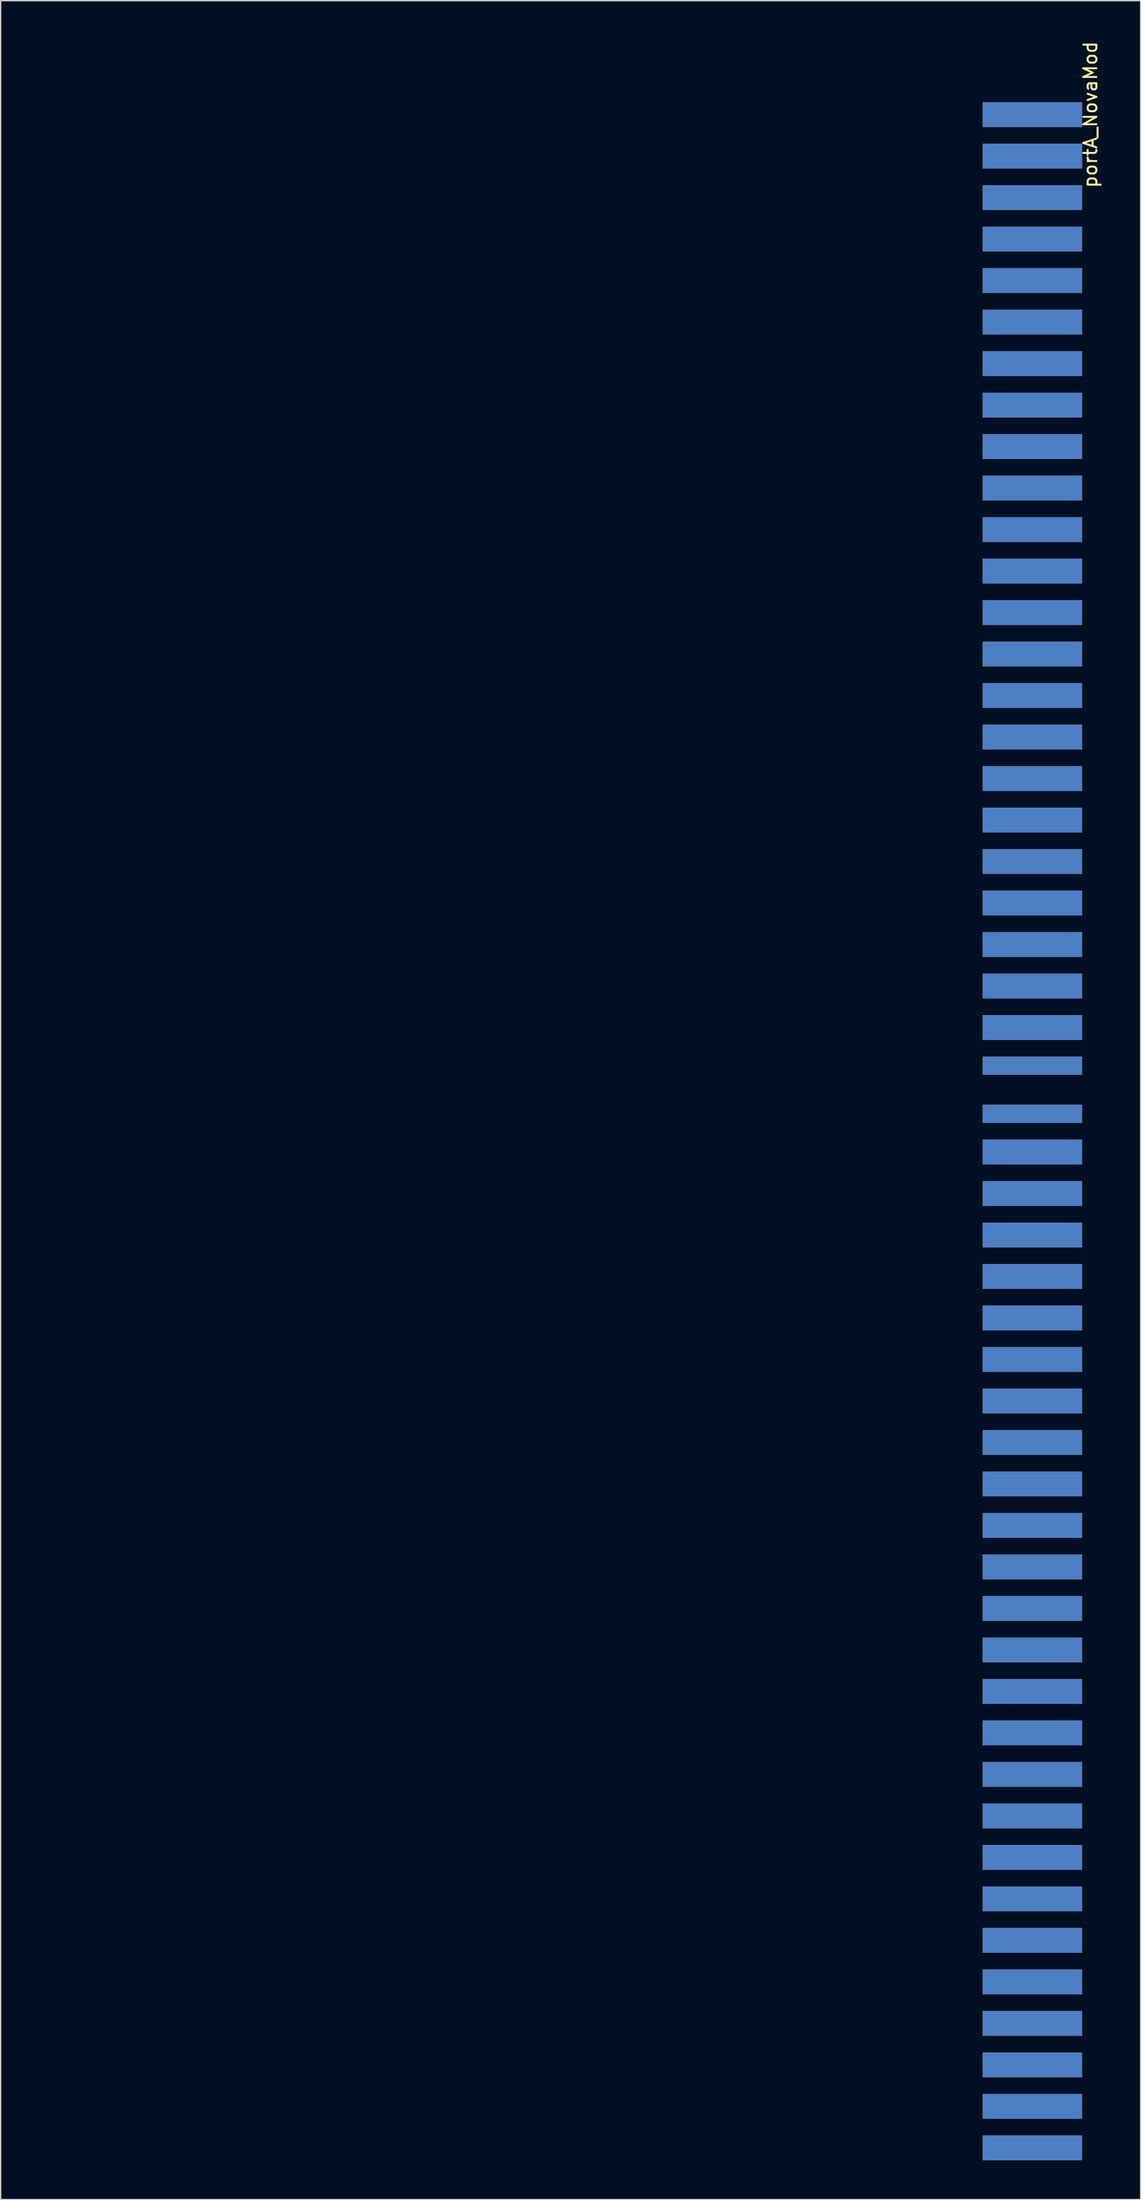
<source format=kicad_pcb>
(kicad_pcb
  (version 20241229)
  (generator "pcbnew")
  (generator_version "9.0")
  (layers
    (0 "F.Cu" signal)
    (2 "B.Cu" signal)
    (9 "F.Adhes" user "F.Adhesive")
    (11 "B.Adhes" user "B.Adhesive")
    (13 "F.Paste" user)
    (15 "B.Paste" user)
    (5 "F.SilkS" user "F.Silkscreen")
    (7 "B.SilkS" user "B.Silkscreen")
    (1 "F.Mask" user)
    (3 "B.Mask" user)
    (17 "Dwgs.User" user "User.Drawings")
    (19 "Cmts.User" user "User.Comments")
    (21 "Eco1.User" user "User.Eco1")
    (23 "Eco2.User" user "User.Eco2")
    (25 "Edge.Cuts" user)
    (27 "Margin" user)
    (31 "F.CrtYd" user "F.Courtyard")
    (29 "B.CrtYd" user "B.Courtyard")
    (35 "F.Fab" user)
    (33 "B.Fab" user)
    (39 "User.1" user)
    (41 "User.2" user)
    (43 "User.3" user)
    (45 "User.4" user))
  (footprint "portA_NovaMod"
    (layer "F.Cu")
    (at 0.25 81.476)
    (property "Reference" "portA_NovaMod" (at 80.201 -75.755 270) (layer "F.SilkS") (effects (font (size 1 1) (thickness 0.15))))
    (attr through_hole)
    (pad "1" smd rect (at 75.755 -75.755 270) (size 1.905 7.62) (layers "F.Cu" "F.Mask" "F.Paste"))
    (pad "2" smd rect (at 75.755 -75.755 270) (size 1.905 7.62) (layers "B.Cu" "B.Mask" "B.Paste"))
    (pad "3" smd rect (at 75.755 -72.581 270) (size 1.905 7.62) (layers "F.Cu" "F.Mask" "F.Paste"))
    (pad "4" smd rect (at 75.755 -72.581 270) (size 1.905 7.62) (layers "B.Cu" "B.Mask" "B.Paste"))
    (pad "5" smd rect (at 75.755 -69.406 270) (size 1.905 7.62) (layers "F.Cu" "F.Mask" "F.Paste"))
    (pad "6" smd rect (at 75.755 -69.406 270) (size 1.905 7.62) (layers "B.Cu" "B.Mask" "B.Paste"))
    (pad "7" smd rect (at 75.755 -66.231 270) (size 1.905 7.62) (layers "F.Cu" "F.Mask" "F.Paste"))
    (pad "8" smd rect (at 75.755 -66.231 270) (size 1.905 7.62) (layers "B.Cu" "B.Mask" "B.Paste"))
    (pad "9" smd rect (at 75.755 -63.056 270) (size 1.905 7.62) (layers "F.Cu" "F.Mask" "F.Paste"))
    (pad "10" smd rect (at 75.755 -63.056 270) (size 1.905 7.62) (layers "B.Cu" "B.Mask" "B.Paste"))
    (pad "11" smd rect (at 75.755 -59.88 270) (size 1.905 7.62) (layers "F.Cu" "F.Mask" "F.Paste"))
    (pad "12" smd rect (at 75.755 -59.88 270) (size 1.905 7.62) (layers "B.Cu" "B.Mask" "B.Paste"))
    (pad "13" smd rect (at 75.755 -56.706 270) (size 1.905 7.62) (layers "F.Cu" "F.Mask" "F.Paste"))
    (pad "14" smd rect (at 75.755 -56.706 270) (size 1.905 7.62) (layers "B.Cu" "B.Mask" "B.Paste"))
    (pad "15" smd rect (at 75.755 -53.531 270) (size 1.905 7.62) (layers "F.Cu" "F.Mask" "F.Paste"))
    (pad "16" smd rect (at 75.755 -53.531 270) (size 1.905 7.62) (layers "B.Cu" "B.Mask" "B.Paste"))
    (pad "17" smd rect (at 75.755 -50.355 270) (size 1.905 7.62) (layers "F.Cu" "F.Mask" "F.Paste"))
    (pad "18" smd rect (at 75.755 -50.355 270) (size 1.905 7.62) (layers "B.Cu" "B.Mask" "B.Paste"))
    (pad "19" smd rect (at 75.755 -47.181 270) (size 1.905 7.62) (layers "F.Cu" "F.Mask" "F.Paste"))
    (pad "20" smd rect (at 75.755 -47.181 270) (size 1.905 7.62) (layers "B.Cu" "B.Mask" "B.Paste"))
    (pad "21" smd rect (at 75.755 -44.005 270) (size 1.905 7.62) (layers "F.Cu" "F.Mask" "F.Paste"))
    (pad "22" smd rect (at 75.755 -44.005 270) (size 1.905 7.62) (layers "B.Cu" "B.Mask" "B.Paste"))
    (pad "23" smd rect (at 75.755 -40.831 270) (size 1.905 7.62) (layers "F.Cu" "F.Mask" "F.Paste"))
    (pad "24" smd rect (at 75.755 -40.831 270) (size 1.905 7.62) (layers "B.Cu" "B.Mask" "B.Paste"))
    (pad "25" smd rect (at 75.755 -37.656 270) (size 1.905 7.62) (layers "F.Cu" "F.Mask" "F.Paste"))
    (pad "26" smd rect (at 75.755 -37.656 270) (size 1.905 7.62) (layers "B.Cu" "B.Mask" "B.Paste"))
    (pad "27" smd rect (at 75.755 -34.48 270) (size 1.905 7.62) (layers "F.Cu" "F.Mask" "F.Paste"))
    (pad "28" smd rect (at 75.755 -34.48 270) (size 1.905 7.62) (layers "B.Cu" "B.Mask" "B.Paste"))
    (pad "29" smd rect (at 75.755 -31.305 270) (size 1.905 7.62) (layers "F.Cu" "F.Mask" "F.Paste"))
    (pad "30" smd rect (at 75.755 -31.305 270) (size 1.905 7.62) (layers "B.Cu" "B.Mask" "B.Paste"))
    (pad "31" smd rect (at 75.755 -28.131 270) (size 1.905 7.62) (layers "F.Cu" "F.Mask" "F.Paste"))
    (pad "32" smd rect (at 75.755 -28.131 270) (size 1.905 7.62) (layers "B.Cu" "B.Mask" "B.Paste"))
    (pad "33" smd rect (at 75.755 -24.956 270) (size 1.905 7.62) (layers "F.Cu" "F.Mask" "F.Paste"))
    (pad "34" smd rect (at 75.755 -24.956 270) (size 1.905 7.62) (layers "B.Cu" "B.Mask" "B.Paste"))
    (pad "35" smd rect (at 75.755 -21.78 270) (size 1.905 7.62) (layers "F.Cu" "F.Mask" "F.Paste"))
    (pad "36" smd rect (at 75.755 -21.78 270) (size 1.905 7.62) (layers "B.Cu" "B.Mask" "B.Paste"))
    (pad "37" smd rect (at 75.755 -18.605 270) (size 1.905 7.62) (layers "F.Cu" "F.Mask" "F.Paste"))
    (pad "38" smd rect (at 75.755 -18.605 270) (size 1.905 7.62) (layers "B.Cu" "B.Mask" "B.Paste"))
    (pad "39" smd rect (at 75.755 -15.431 270) (size 1.905 7.62) (layers "F.Cu" "F.Mask" "F.Paste"))
    (pad "40" smd rect (at 75.755 -15.431 270) (size 1.905 7.62) (layers "B.Cu" "B.Mask" "B.Paste"))
    (pad "41" smd rect (at 75.755 -12.255 270) (size 1.905 7.62) (layers "F.Cu" "F.Mask" "F.Paste"))
    (pad "42" smd rect (at 75.755 -12.255 270) (size 1.905 7.62) (layers "B.Cu" "B.Mask" "B.Paste"))
    (pad "43" smd rect (at 75.755 -9.081 270) (size 1.905 7.62) (layers "F.Cu" "F.Mask" "F.Paste"))
    (pad "44" smd rect (at 75.755 -9.081 270) (size 1.905 7.62) (layers "B.Cu" "B.Mask" "B.Paste"))
    (pad "45" smd rect (at 75.755 -5.905 270) (size 1.905 7.62) (layers "F.Cu" "F.Mask" "F.Paste"))
    (pad "46" smd rect (at 75.755 -5.905 270) (size 1.905 7.62) (layers "B.Cu" "B.Mask" "B.Paste"))
    (pad "47" smd rect (at 75.755 -2.985 270) (size 1.397 7.62) (layers "F.Cu" "F.Mask" "F.Paste"))
    (pad "48" smd rect (at 75.755 -2.985 270) (size 1.397 7.62) (layers "B.Cu" "B.Mask" "B.Paste"))
    (pad "49" smd rect (at 75.755 0.699 270) (size 1.397 7.62) (layers "F.Cu" "F.Mask" "F.Paste"))
    (pad "50" smd rect (at 75.755 0.699 270) (size 1.397 7.62) (layers "B.Cu" "B.Mask" "B.Paste"))
    (pad "51" smd rect (at 75.755 3.619 270) (size 1.905 7.62) (layers "F.Cu" "F.Mask" "F.Paste"))
    (pad "52" smd rect (at 75.755 3.619 270) (size 1.905 7.62) (layers "B.Cu" "B.Mask" "B.Paste"))
    (pad "53" smd rect (at 75.755 6.795 270) (size 1.905 7.62) (layers "F.Cu" "F.Mask" "F.Paste"))
    (pad "54" smd rect (at 75.755 6.795 270) (size 1.905 7.62) (layers "B.Cu" "B.Mask" "B.Paste"))
    (pad "55" smd rect (at 75.755 9.97 270) (size 1.905 7.62) (layers "F.Cu" "F.Mask" "F.Paste"))
    (pad "56" smd rect (at 75.755 9.97 270) (size 1.905 7.62) (layers "B.Cu" "B.Mask" "B.Paste"))
    (pad "57" smd rect (at 75.755 13.145 270) (size 1.905 7.62) (layers "F.Cu" "F.Mask" "F.Paste"))
    (pad "58" smd rect (at 75.755 13.145 270) (size 1.905 7.62) (layers "B.Cu" "B.Mask" "B.Paste"))
    (pad "59" smd rect (at 75.755 16.32 270) (size 1.905 7.62) (layers "F.Cu" "F.Mask" "F.Paste"))
    (pad "60" smd rect (at 75.755 16.32 270) (size 1.905 7.62) (layers "B.Cu" "B.Mask" "B.Paste"))
    (pad "61" smd rect (at 75.755 19.494 270) (size 1.905 7.62) (layers "F.Cu" "F.Mask" "F.Paste"))
    (pad "62" smd rect (at 75.755 19.494 270) (size 1.905 7.62) (layers "B.Cu" "B.Mask" "B.Paste"))
    (pad "63" smd rect (at 75.755 22.669 270) (size 1.905 7.62) (layers "F.Cu" "F.Mask" "F.Paste"))
    (pad "64" smd rect (at 75.755 22.669 270) (size 1.905 7.62) (layers "B.Cu" "B.Mask" "B.Paste"))
    (pad "65" smd rect (at 75.755 25.845 270) (size 1.905 7.62) (layers "F.Cu" "F.Mask" "F.Paste"))
    (pad "66" smd rect (at 75.755 25.845 270) (size 1.905 7.62) (layers "B.Cu" "B.Mask" "B.Paste"))
    (pad "67" smd rect (at 75.755 29.02 270) (size 1.905 7.62) (layers "F.Cu" "F.Mask" "F.Paste"))
    (pad "68" smd rect (at 75.755 29.02 270) (size 1.905 7.62) (layers "B.Cu" "B.Mask" "B.Paste"))
    (pad "69" smd rect (at 75.755 32.194 270) (size 1.905 7.62) (layers "F.Cu" "F.Mask" "F.Paste"))
    (pad "70" smd rect (at 75.755 32.194 270) (size 1.905 7.62) (layers "B.Cu" "B.Mask" "B.Paste"))
    (pad "71" smd rect (at 75.755 35.37 270) (size 1.905 7.62) (layers "F.Cu" "F.Mask" "F.Paste"))
    (pad "72" smd rect (at 75.755 35.37 270) (size 1.905 7.62) (layers "B.Cu" "B.Mask" "B.Paste"))
    (pad "73" smd rect (at 75.755 38.544 270) (size 1.905 7.62) (layers "F.Cu" "F.Mask" "F.Paste"))
    (pad "74" smd rect (at 75.755 38.544 270) (size 1.905 7.62) (layers "B.Cu" "B.Mask" "B.Paste"))
    (pad "75" smd rect (at 75.755 41.719 270) (size 1.905 7.62) (layers "F.Cu" "F.Mask" "F.Paste"))
    (pad "76" smd rect (at 75.755 41.719 270) (size 1.905 7.62) (layers "B.Cu" "B.Mask" "B.Paste"))
    (pad "77" smd rect (at 75.755 44.895 270) (size 1.905 7.62) (layers "F.Cu" "F.Mask" "F.Paste"))
    (pad "78" smd rect (at 75.755 44.895 270) (size 1.905 7.62) (layers "B.Cu" "B.Mask" "B.Paste"))
    (pad "79" smd rect (at 75.755 48.069 270) (size 1.905 7.62) (layers "F.Cu" "F.Mask" "F.Paste"))
    (pad "80" smd rect (at 75.755 48.069 270) (size 1.905 7.62) (layers "B.Cu" "B.Mask" "B.Paste"))
    (pad "81" smd rect (at 75.755 51.245 270) (size 1.905 7.62) (layers "F.Cu" "F.Mask" "F.Paste"))
    (pad "82" smd rect (at 75.755 51.245 270) (size 1.905 7.62) (layers "B.Cu" "B.Mask" "B.Paste"))
    (pad "83" smd rect (at 75.755 54.419 270) (size 1.905 7.62) (layers "F.Cu" "F.Mask" "F.Paste"))
    (pad "84" smd rect (at 75.755 54.419 270) (size 1.905 7.62) (layers "B.Cu" "B.Mask" "B.Paste"))
    (pad "85" smd rect (at 75.755 57.594 270) (size 1.905 7.62) (layers "F.Cu" "F.Mask" "F.Paste"))
    (pad "86" smd rect (at 75.755 57.594 270) (size 1.905 7.62) (layers "B.Cu" "B.Mask" "B.Paste"))
    (pad "87" smd rect (at 75.755 60.77 270) (size 1.905 7.62) (layers "F.Cu" "F.Mask" "F.Paste"))
    (pad "88" smd rect (at 75.755 60.77 270) (size 1.905 7.62) (layers "B.Cu" "B.Mask" "B.Paste"))
    (pad "89" smd rect (at 75.755 63.944 270) (size 1.905 7.62) (layers "F.Cu" "F.Mask" "F.Paste"))
    (pad "90" smd rect (at 75.755 63.944 270) (size 1.905 7.62) (layers "B.Cu" "B.Mask" "B.Paste"))
    (pad "91" smd rect (at 75.755 67.12 270) (size 1.905 7.62) (layers "F.Cu" "F.Mask" "F.Paste"))
    (pad "92" smd rect (at 75.755 67.12 270) (size 1.905 7.62) (layers "B.Cu" "B.Mask" "B.Paste"))
    (pad "93" smd rect (at 75.755 70.294 270) (size 1.905 7.62) (layers "F.Cu" "F.Mask" "F.Paste"))
    (pad "94" smd rect (at 75.755 70.294 270) (size 1.905 7.62) (layers "B.Cu" "B.Mask" "B.Paste"))
    (pad "95" smd rect (at 75.755 73.469 270) (size 1.905 7.62) (layers "F.Cu" "F.Mask" "F.Paste"))
    (pad "96" smd rect (at 75.755 73.469 270) (size 1.905 7.62) (layers "B.Cu" "B.Mask" "B.Paste"))
    (pad "97" smd rect (at 75.755 76.644 270) (size 1.905 7.62) (layers "F.Cu" "F.Mask" "F.Paste"))
    (pad "98" smd rect (at 75.755 76.644 270) (size 1.905 7.62) (layers "B.Cu" "B.Mask" "B.Paste"))
    (pad "99" smd rect (at 75.755 79.82 270) (size 1.905 7.62) (layers "F.Cu" "F.Mask" "F.Paste"))
    (pad "100" smd rect (at 75.755 79.82 270) (size 1.905 7.62) (layers "B.Cu" "B.Mask" "B.Paste")))
  (gr_rect
    (start -3 -3)
    (end 84.299 165.248)
    (stroke (width 0.1) (type default))
    (fill no)
    (layer "Edge.Cuts")))
</source>
